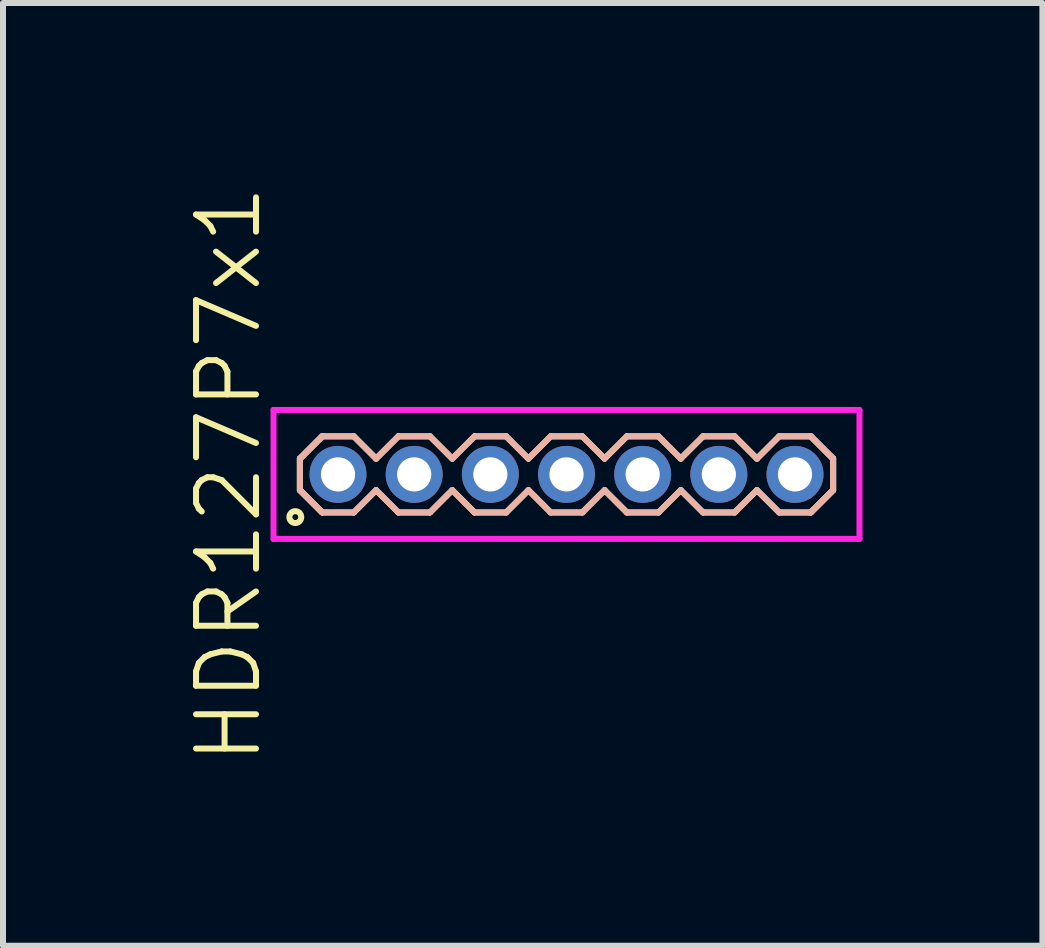
<source format=kicad_pcb>
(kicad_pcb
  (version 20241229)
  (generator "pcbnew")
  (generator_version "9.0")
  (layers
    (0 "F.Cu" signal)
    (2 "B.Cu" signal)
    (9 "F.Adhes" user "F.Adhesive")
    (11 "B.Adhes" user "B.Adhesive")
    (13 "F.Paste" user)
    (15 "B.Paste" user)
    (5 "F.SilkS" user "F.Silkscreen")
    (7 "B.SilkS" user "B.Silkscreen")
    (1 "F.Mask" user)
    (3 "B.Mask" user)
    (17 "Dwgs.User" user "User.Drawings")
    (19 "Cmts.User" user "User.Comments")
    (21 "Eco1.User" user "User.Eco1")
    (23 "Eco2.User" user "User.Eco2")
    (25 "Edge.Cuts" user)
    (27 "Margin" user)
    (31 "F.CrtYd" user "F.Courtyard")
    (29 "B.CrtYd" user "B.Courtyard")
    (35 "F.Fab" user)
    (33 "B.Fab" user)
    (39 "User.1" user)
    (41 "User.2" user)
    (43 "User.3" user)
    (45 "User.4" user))
  (footprint "HDR127P7x1"
    (layer "F.Cu")
    (at 6.396 4.86)
    (property "Reference" "HDR127P7x1" (at -5.635 0 90) (layer "F.SilkS") (effects (font (size 1 1) (thickness 0.1))))
    (attr through_hole)
    (fp_line (start -4.445 -0.263) (end -4.073 -0.635) (stroke (width 0.1) (type solid)) (layer "F.SilkS"))
    (fp_line (start -4.445 -0.263) (end -4.073 -0.635) (stroke (width 0.1) (type solid)) (layer "F.SilkS"))
    (fp_line (start -4.445 0.263) (end -4.445 -0.263) (stroke (width 0.1) (type solid)) (layer "F.SilkS"))
    (fp_line (start -4.445 0.263) (end -4.445 -0.263) (stroke (width 0.1) (type solid)) (layer "F.SilkS"))
    (fp_line (start -4.073 -0.635) (end -3.547 -0.635) (stroke (width 0.1) (type solid)) (layer "F.SilkS"))
    (fp_line (start -4.073 0.635) (end -4.445 0.263) (stroke (width 0.1) (type solid)) (layer "F.SilkS"))
    (fp_line (start -4.073 0.635) (end -4.445 0.263) (stroke (width 0.1) (type solid)) (layer "F.SilkS"))
    (fp_line (start -3.547 -0.635) (end -3.175 -0.263) (stroke (width 0.1) (type solid)) (layer "F.SilkS"))
    (fp_line (start -3.547 0.635) (end -4.073 0.635) (stroke (width 0.1) (type solid)) (layer "F.SilkS"))
    (fp_line (start -3.175 -0.263) (end -2.803 -0.635) (stroke (width 0.1) (type solid)) (layer "F.SilkS"))
    (fp_line (start -3.175 0.263) (end -3.547 0.635) (stroke (width 0.1) (type solid)) (layer "F.SilkS"))
    (fp_line (start -2.803 -0.635) (end -2.277 -0.635) (stroke (width 0.1) (type solid)) (layer "F.SilkS"))
    (fp_line (start -2.803 0.635) (end -3.175 0.263) (stroke (width 0.1) (type solid)) (layer "F.SilkS"))
    (fp_line (start -2.277 -0.635) (end -1.905 -0.263) (stroke (width 0.1) (type solid)) (layer "F.SilkS"))
    (fp_line (start -2.277 0.635) (end -2.803 0.635) (stroke (width 0.1) (type solid)) (layer "F.SilkS"))
    (fp_line (start -1.905 -0.263) (end -1.533 -0.635) (stroke (width 0.1) (type solid)) (layer "F.SilkS"))
    (fp_line (start -1.905 0.263) (end -2.277 0.635) (stroke (width 0.1) (type solid)) (layer "F.SilkS"))
    (fp_line (start -1.533 -0.635) (end -1.007 -0.635) (stroke (width 0.1) (type solid)) (layer "F.SilkS"))
    (fp_line (start -1.533 0.635) (end -1.905 0.263) (stroke (width 0.1) (type solid)) (layer "F.SilkS"))
    (fp_line (start -1.007 -0.635) (end -0.635 -0.263) (stroke (width 0.1) (type solid)) (layer "F.SilkS"))
    (fp_line (start -1.007 0.635) (end -1.533 0.635) (stroke (width 0.1) (type solid)) (layer "F.SilkS"))
    (fp_line (start -0.635 -0.263) (end -0.263 -0.635) (stroke (width 0.1) (type solid)) (layer "F.SilkS"))
    (fp_line (start -0.635 0.263) (end -1.007 0.635) (stroke (width 0.1) (type solid)) (layer "F.SilkS"))
    (fp_line (start -0.263 -0.635) (end 0.263 -0.635) (stroke (width 0.1) (type solid)) (layer "F.SilkS"))
    (fp_line (start -0.263 0.635) (end -0.635 0.263) (stroke (width 0.1) (type solid)) (layer "F.SilkS"))
    (fp_line (start 0.263 -0.635) (end 0.635 -0.263) (stroke (width 0.1) (type solid)) (layer "F.SilkS"))
    (fp_line (start 0.263 0.635) (end -0.263 0.635) (stroke (width 0.1) (type solid)) (layer "F.SilkS"))
    (fp_line (start 0.635 -0.263) (end 1.007 -0.635) (stroke (width 0.1) (type solid)) (layer "F.SilkS"))
    (fp_line (start 0.635 0.263) (end 0.263 0.635) (stroke (width 0.1) (type solid)) (layer "F.SilkS"))
    (fp_line (start 1.007 -0.635) (end 1.533 -0.635) (stroke (width 0.1) (type solid)) (layer "F.SilkS"))
    (fp_line (start 1.007 0.635) (end 0.635 0.263) (stroke (width 0.1) (type solid)) (layer "F.SilkS"))
    (fp_line (start 1.533 -0.635) (end 1.905 -0.263) (stroke (width 0.1) (type solid)) (layer "F.SilkS"))
    (fp_line (start 1.533 0.635) (end 1.007 0.635) (stroke (width 0.1) (type solid)) (layer "F.SilkS"))
    (fp_line (start 1.905 -0.263) (end 2.277 -0.635) (stroke (width 0.1) (type solid)) (layer "F.SilkS"))
    (fp_line (start 1.905 0.263) (end 1.533 0.635) (stroke (width 0.1) (type solid)) (layer "F.SilkS"))
    (fp_line (start 2.277 -0.635) (end 2.803 -0.635) (stroke (width 0.1) (type solid)) (layer "F.SilkS"))
    (fp_line (start 2.277 0.635) (end 1.905 0.263) (stroke (width 0.1) (type solid)) (layer "F.SilkS"))
    (fp_line (start 2.803 -0.635) (end 3.175 -0.263) (stroke (width 0.1) (type solid)) (layer "F.SilkS"))
    (fp_line (start 2.803 0.635) (end 2.277 0.635) (stroke (width 0.1) (type solid)) (layer "F.SilkS"))
    (fp_line (start 3.175 -0.263) (end 3.547 -0.635) (stroke (width 0.1) (type solid)) (layer "F.SilkS"))
    (fp_line (start 3.175 0.263) (end 2.803 0.635) (stroke (width 0.1) (type solid)) (layer "F.SilkS"))
    (fp_line (start 3.547 -0.635) (end 4.073 -0.635) (stroke (width 0.1) (type solid)) (layer "F.SilkS"))
    (fp_line (start 3.547 0.635) (end 3.175 0.263) (stroke (width 0.1) (type solid)) (layer "F.SilkS"))
    (fp_line (start 4.073 -0.635) (end 4.445 -0.263) (stroke (width 0.1) (type solid)) (layer "F.SilkS"))
    (fp_line (start 4.073 -0.635) (end 4.445 -0.263) (stroke (width 0.1) (type solid)) (layer "F.SilkS"))
    (fp_line (start 4.073 0.635) (end 3.547 0.635) (stroke (width 0.1) (type solid)) (layer "F.SilkS"))
    (fp_line (start 4.445 -0.263) (end 4.445 0.263) (stroke (width 0.1) (type solid)) (layer "F.SilkS"))
    (fp_line (start 4.445 -0.263) (end 4.445 0.263) (stroke (width 0.1) (type solid)) (layer "F.SilkS"))
    (fp_line (start 4.445 0.263) (end 4.073 0.635) (stroke (width 0.1) (type solid)) (layer "F.SilkS"))
    (fp_line (start 4.445 0.263) (end 4.073 0.635) (stroke (width 0.1) (type solid)) (layer "F.SilkS"))
    (fp_circle (center -4.522 0.712) (end -4.423 0.712) (stroke (width 0.1) (type solid)) (fill no) (layer "F.SilkS"))
    (fp_line (start -4.445 -0.263) (end -4.073 -0.635) (stroke (width 0.1) (type solid)) (layer "B.SilkS"))
    (fp_line (start -4.445 -0.263) (end -4.073 -0.635) (stroke (width 0.1) (type solid)) (layer "B.SilkS"))
    (fp_line (start -4.445 0.263) (end -4.445 -0.263) (stroke (width 0.1) (type solid)) (layer "B.SilkS"))
    (fp_line (start -4.445 0.263) (end -4.445 -0.263) (stroke (width 0.1) (type solid)) (layer "B.SilkS"))
    (fp_line (start -4.073 -0.635) (end -3.547 -0.635) (stroke (width 0.1) (type solid)) (layer "B.SilkS"))
    (fp_line (start -4.073 0.635) (end -4.445 0.263) (stroke (width 0.1) (type solid)) (layer "B.SilkS"))
    (fp_line (start -4.073 0.635) (end -4.445 0.263) (stroke (width 0.1) (type solid)) (layer "B.SilkS"))
    (fp_line (start -3.547 -0.635) (end -3.175 -0.263) (stroke (width 0.1) (type solid)) (layer "B.SilkS"))
    (fp_line (start -3.547 0.635) (end -4.073 0.635) (stroke (width 0.1) (type solid)) (layer "B.SilkS"))
    (fp_line (start -3.175 -0.263) (end -2.803 -0.635) (stroke (width 0.1) (type solid)) (layer "B.SilkS"))
    (fp_line (start -3.175 0.263) (end -3.547 0.635) (stroke (width 0.1) (type solid)) (layer "B.SilkS"))
    (fp_line (start -2.803 -0.635) (end -2.277 -0.635) (stroke (width 0.1) (type solid)) (layer "B.SilkS"))
    (fp_line (start -2.803 0.635) (end -3.175 0.263) (stroke (width 0.1) (type solid)) (layer "B.SilkS"))
    (fp_line (start -2.277 -0.635) (end -1.905 -0.263) (stroke (width 0.1) (type solid)) (layer "B.SilkS"))
    (fp_line (start -2.277 0.635) (end -2.803 0.635) (stroke (width 0.1) (type solid)) (layer "B.SilkS"))
    (fp_line (start -1.905 -0.263) (end -1.533 -0.635) (stroke (width 0.1) (type solid)) (layer "B.SilkS"))
    (fp_line (start -1.905 0.263) (end -2.277 0.635) (stroke (width 0.1) (type solid)) (layer "B.SilkS"))
    (fp_line (start -1.533 -0.635) (end -1.007 -0.635) (stroke (width 0.1) (type solid)) (layer "B.SilkS"))
    (fp_line (start -1.533 0.635) (end -1.905 0.263) (stroke (width 0.1) (type solid)) (layer "B.SilkS"))
    (fp_line (start -1.007 -0.635) (end -0.635 -0.263) (stroke (width 0.1) (type solid)) (layer "B.SilkS"))
    (fp_line (start -1.007 0.635) (end -1.533 0.635) (stroke (width 0.1) (type solid)) (layer "B.SilkS"))
    (fp_line (start -0.635 -0.263) (end -0.263 -0.635) (stroke (width 0.1) (type solid)) (layer "B.SilkS"))
    (fp_line (start -0.635 0.263) (end -1.007 0.635) (stroke (width 0.1) (type solid)) (layer "B.SilkS"))
    (fp_line (start -0.263 -0.635) (end 0.263 -0.635) (stroke (width 0.1) (type solid)) (layer "B.SilkS"))
    (fp_line (start -0.263 0.635) (end -0.635 0.263) (stroke (width 0.1) (type solid)) (layer "B.SilkS"))
    (fp_line (start 0.263 -0.635) (end 0.635 -0.263) (stroke (width 0.1) (type solid)) (layer "B.SilkS"))
    (fp_line (start 0.263 0.635) (end -0.263 0.635) (stroke (width 0.1) (type solid)) (layer "B.SilkS"))
    (fp_line (start 0.635 -0.263) (end 1.007 -0.635) (stroke (width 0.1) (type solid)) (layer "B.SilkS"))
    (fp_line (start 0.635 0.263) (end 0.263 0.635) (stroke (width 0.1) (type solid)) (layer "B.SilkS"))
    (fp_line (start 1.007 -0.635) (end 1.533 -0.635) (stroke (width 0.1) (type solid)) (layer "B.SilkS"))
    (fp_line (start 1.007 0.635) (end 0.635 0.263) (stroke (width 0.1) (type solid)) (layer "B.SilkS"))
    (fp_line (start 1.533 -0.635) (end 1.905 -0.263) (stroke (width 0.1) (type solid)) (layer "B.SilkS"))
    (fp_line (start 1.533 0.635) (end 1.007 0.635) (stroke (width 0.1) (type solid)) (layer "B.SilkS"))
    (fp_line (start 1.905 -0.263) (end 2.277 -0.635) (stroke (width 0.1) (type solid)) (layer "B.SilkS"))
    (fp_line (start 1.905 0.263) (end 1.533 0.635) (stroke (width 0.1) (type solid)) (layer "B.SilkS"))
    (fp_line (start 2.277 -0.635) (end 2.803 -0.635) (stroke (width 0.1) (type solid)) (layer "B.SilkS"))
    (fp_line (start 2.277 0.635) (end 1.905 0.263) (stroke (width 0.1) (type solid)) (layer "B.SilkS"))
    (fp_line (start 2.803 -0.635) (end 3.175 -0.263) (stroke (width 0.1) (type solid)) (layer "B.SilkS"))
    (fp_line (start 2.803 0.635) (end 2.277 0.635) (stroke (width 0.1) (type solid)) (layer "B.SilkS"))
    (fp_line (start 3.175 -0.263) (end 3.547 -0.635) (stroke (width 0.1) (type solid)) (layer "B.SilkS"))
    (fp_line (start 3.175 0.263) (end 2.803 0.635) (stroke (width 0.1) (type solid)) (layer "B.SilkS"))
    (fp_line (start 3.547 -0.635) (end 4.073 -0.635) (stroke (width 0.1) (type solid)) (layer "B.SilkS"))
    (fp_line (start 3.547 0.635) (end 3.175 0.263) (stroke (width 0.1) (type solid)) (layer "B.SilkS"))
    (fp_line (start 4.073 -0.635) (end 4.445 -0.263) (stroke (width 0.1) (type solid)) (layer "B.SilkS"))
    (fp_line (start 4.073 -0.635) (end 4.445 -0.263) (stroke (width 0.1) (type solid)) (layer "B.SilkS"))
    (fp_line (start 4.073 0.635) (end 3.547 0.635) (stroke (width 0.1) (type solid)) (layer "B.SilkS"))
    (fp_line (start 4.445 -0.263) (end 4.445 0.263) (stroke (width 0.1) (type solid)) (layer "B.SilkS"))
    (fp_line (start 4.445 -0.263) (end 4.445 0.263) (stroke (width 0.1) (type solid)) (layer "B.SilkS"))
    (fp_line (start 4.445 0.263) (end 4.073 0.635) (stroke (width 0.1) (type solid)) (layer "B.SilkS"))
    (fp_line (start 4.445 0.263) (end 4.073 0.635) (stroke (width 0.1) (type solid)) (layer "B.SilkS"))
    (fp_line (start -4.885 -1.075) (end -4.885 1.075) (stroke (width 0.1) (type solid)) (layer "F.CrtYd"))
    (fp_line (start -4.885 1.075) (end 4.885 1.075) (stroke (width 0.1) (type solid)) (layer "F.CrtYd"))
    (fp_line (start 4.885 -1.075) (end -4.885 -1.075) (stroke (width 0.1) (type solid)) (layer "F.CrtYd"))
    (fp_line (start 4.885 1.075) (end 4.885 -1.075) (stroke (width 0.1) (type solid)) (layer "F.CrtYd"))
    (pad "1" thru_hole oval (at -3.81 0) (size 0.95 0.95) (drill 0.57) (layers "*.Cu" "*.Mask"))
    (pad "2" thru_hole oval (at -2.54 0) (size 0.95 0.95) (drill 0.57) (layers "*.Cu" "*.Mask"))
    (pad "3" thru_hole oval (at -1.27 0) (size 0.95 0.95) (drill 0.57) (layers "*.Cu" "*.Mask"))
    (pad "4" thru_hole oval (at 0 0) (size 0.95 0.95) (drill 0.57) (layers "*.Cu" "*.Mask"))
    (pad "5" thru_hole oval (at 1.27 0) (size 0.95 0.95) (drill 0.57) (layers "*.Cu" "*.Mask"))
    (pad "6" thru_hole oval (at 2.54 0) (size 0.95 0.95) (drill 0.57) (layers "*.Cu" "*.Mask"))
    (pad "7" thru_hole oval (at 3.81 0) (size 0.95 0.95) (drill 0.57) (layers "*.Cu" "*.Mask")))
  (gr_rect
    (start -3 -3)
    (end 14.331 12.719)
    (stroke (width 0.1) (type default))
    (fill no)
    (layer "Edge.Cuts")))
</source>
